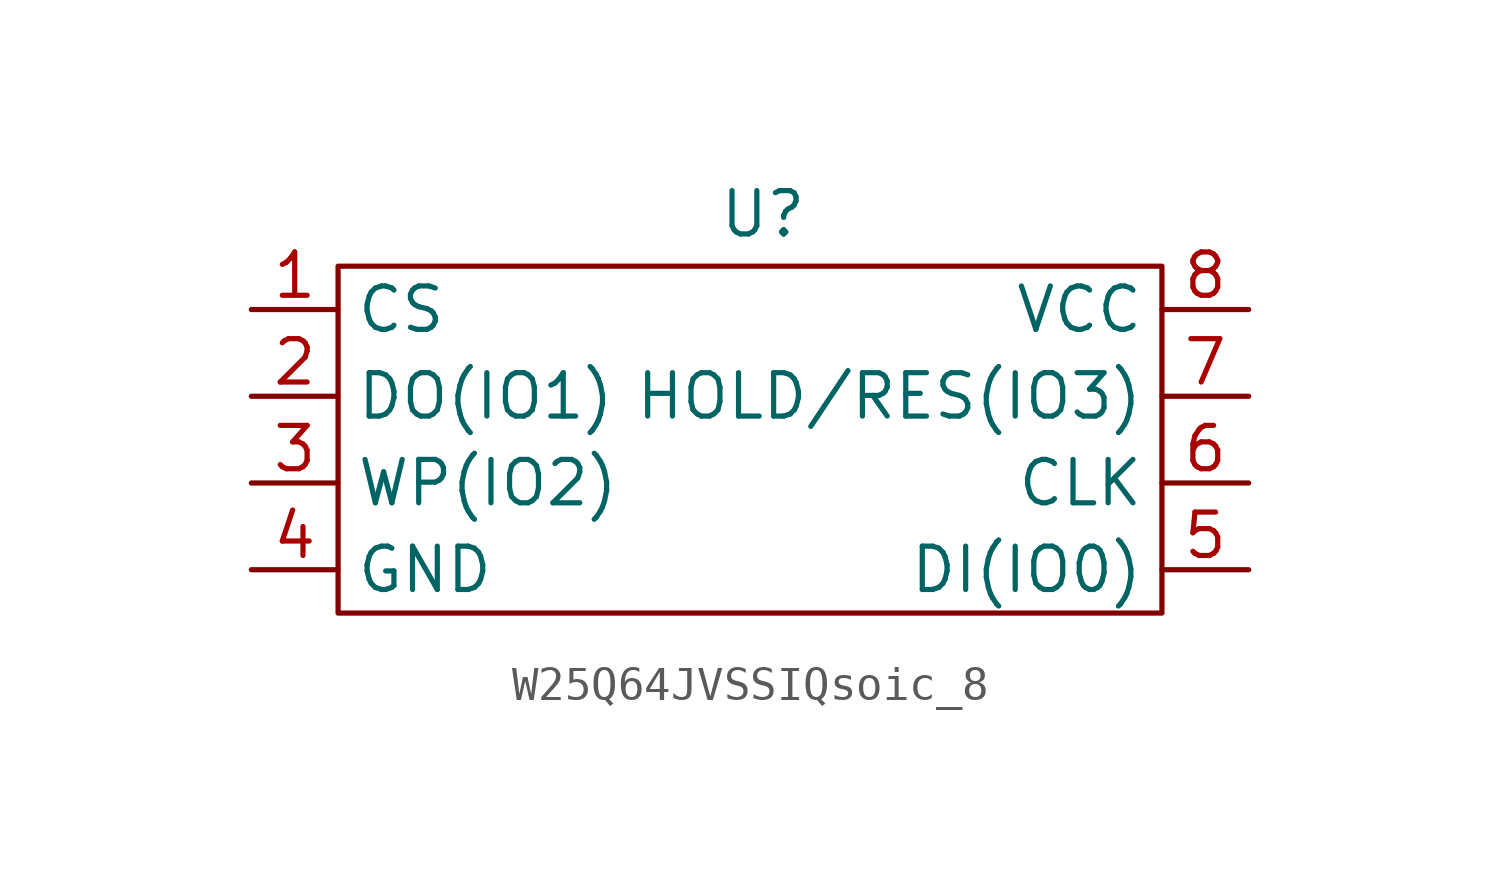
<source format=kicad_sym>
(kicad_symbol_lib
  (version 20231120)
  (generator "kicad_symbol_editor")
  (generator_version "8.0")
  (symbol "W25Q64JVSSIQsoic_8"
    (property "Reference" "U"
      (at 13.716 2.794 0)
      (effects (font (size 1.27 1.27))))
    (property "Value" ""
      (at 0 0 0)
      (effects (font (size 1.27 1.27))))
    (symbol "W25Q64JVSSIQsoic_8_0_1"
      (rectangle (start 1.27 1.27) (end 25.4 -8.89) (stroke (width 0) (type default)) (fill (type none))))
    (symbol "W25Q64JVSSIQsoic_8_1_1"
      (pin input line (at -1.27 0 0) (length 2.54) (name "CS" (effects (font (size 1.27 1.27)))) (number "1" (effects (font (size 1.27 1.27)))))
      (pin input line (at -1.27 -2.54 0) (length 2.54) (name "DO(IO1)" (effects (font (size 1.27 1.27)))) (number "2" (effects (font (size 1.27 1.27)))))
      (pin input line (at -1.27 -5.08 0) (length 2.54) (name "WP(IO2)" (effects (font (size 1.27 1.27)))) (number "3" (effects (font (size 1.27 1.27)))))
      (pin input line (at -1.27 -7.62 0) (length 2.54) (name "GND" (effects (font (size 1.27 1.27)))) (number "4" (effects (font (size 1.27 1.27)))))
      (pin input line (at 27.94 -7.62 180) (length 2.54) (name "DI(IO0)" (effects (font (size 1.27 1.27)))) (number "5" (effects (font (size 1.27 1.27)))))
      (pin input line (at 27.94 -5.08 180) (length 2.54) (name "CLK" (effects (font (size 1.27 1.27)))) (number "6" (effects (font (size 1.27 1.27)))))
      (pin input line (at 27.94 -2.54 180) (length 2.54) (name "HOLD/RES(IO3)" (effects (font (size 1.27 1.27)))) (number "7" (effects (font (size 1.27 1.27)))))
      (pin input line (at 27.94 0 180) (length 2.54) (name "VCC" (effects (font (size 1.27 1.27)))) (number "8" (effects (font (size 1.27 1.27))))))))
</source>
